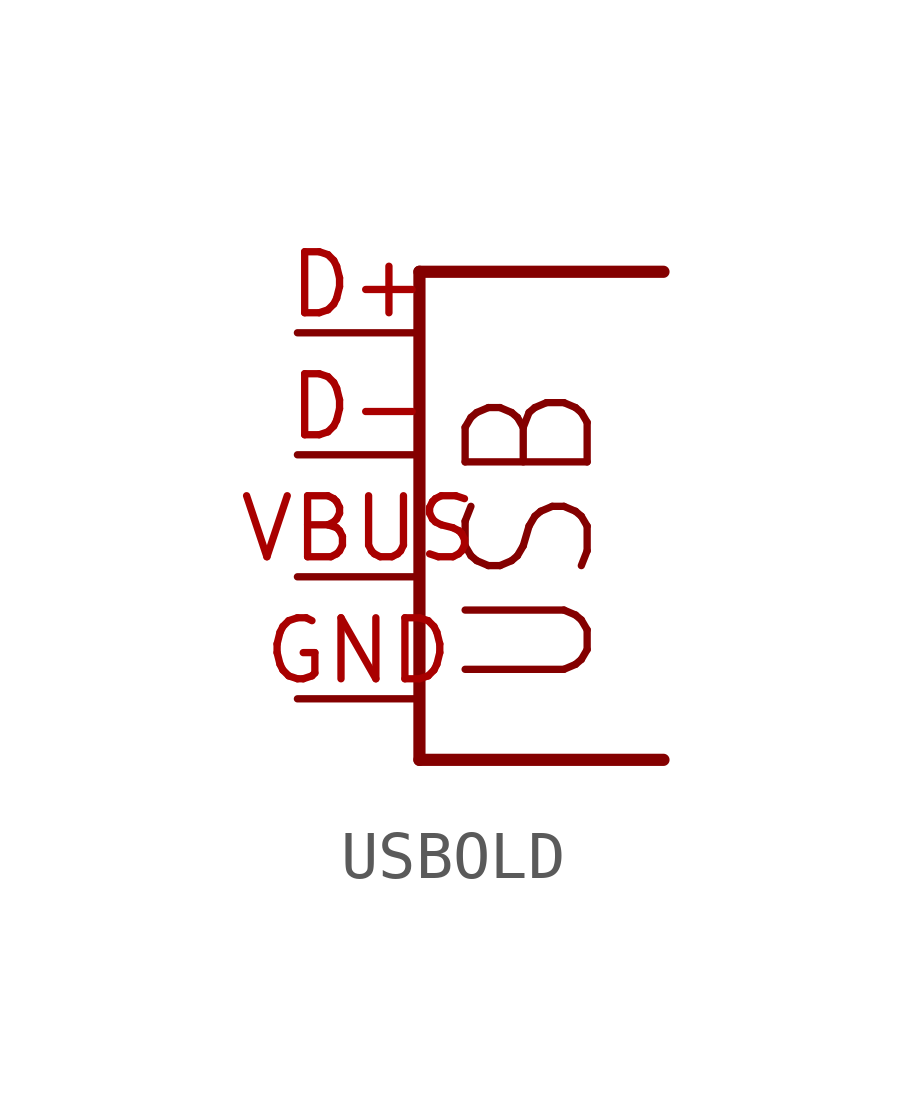
<source format=kicad_sym>
(kicad_symbol_lib
  (version 20231120)
  (generator "kicad_symbol_editor")
  (generator_version "8.0")
  (symbol "USBOLD"
    (property "Reference" "JP"
      (at 0 0 0)
      (effects (font (size 1.27 1.27)) (hide yes)))
    (property "ki_locked" ""
      (at 0 0 0)
      (effects (font (size 1.27 1.27))))
    (symbol "USBOLD_1_0"
      (polyline (pts (xy 0 -1.27) (xy 5.08 -1.27)) (stroke (width 0.254) (type solid)) (fill (type none)))
      (polyline (pts (xy 0 8.89) (xy 0 -1.27)) (stroke (width 0.254) (type solid)) (fill (type none)))
      (polyline (pts (xy 5.08 8.89) (xy 0 8.89)) (stroke (width 0.254) (type solid)) (fill (type none)))
      (text "USB" (at 3.81 0 900) (effects (font (size 2.54 2.159)) (justify left bottom)))
      (pin bidirectional line (at -2.54 7.62 0) (length 2.54) (name "D+" (effects (font (size 0 0)))) (number "D+" (effects (font (size 1.27 1.27)))))
      (pin bidirectional line (at -2.54 5.08 0) (length 2.54) (name "D-" (effects (font (size 0 0)))) (number "D-" (effects (font (size 1.27 1.27)))))
      (pin bidirectional line (at -2.54 0 0) (length 2.54) (name "GND" (effects (font (size 0 0)))) (number "GND" (effects (font (size 1.27 1.27)))))
      (pin bidirectional line (at -2.54 2.54 0) (length 2.54) (name "VBUS" (effects (font (size 0 0)))) (number "VBUS" (effects (font (size 1.27 1.27))))))))
</source>
